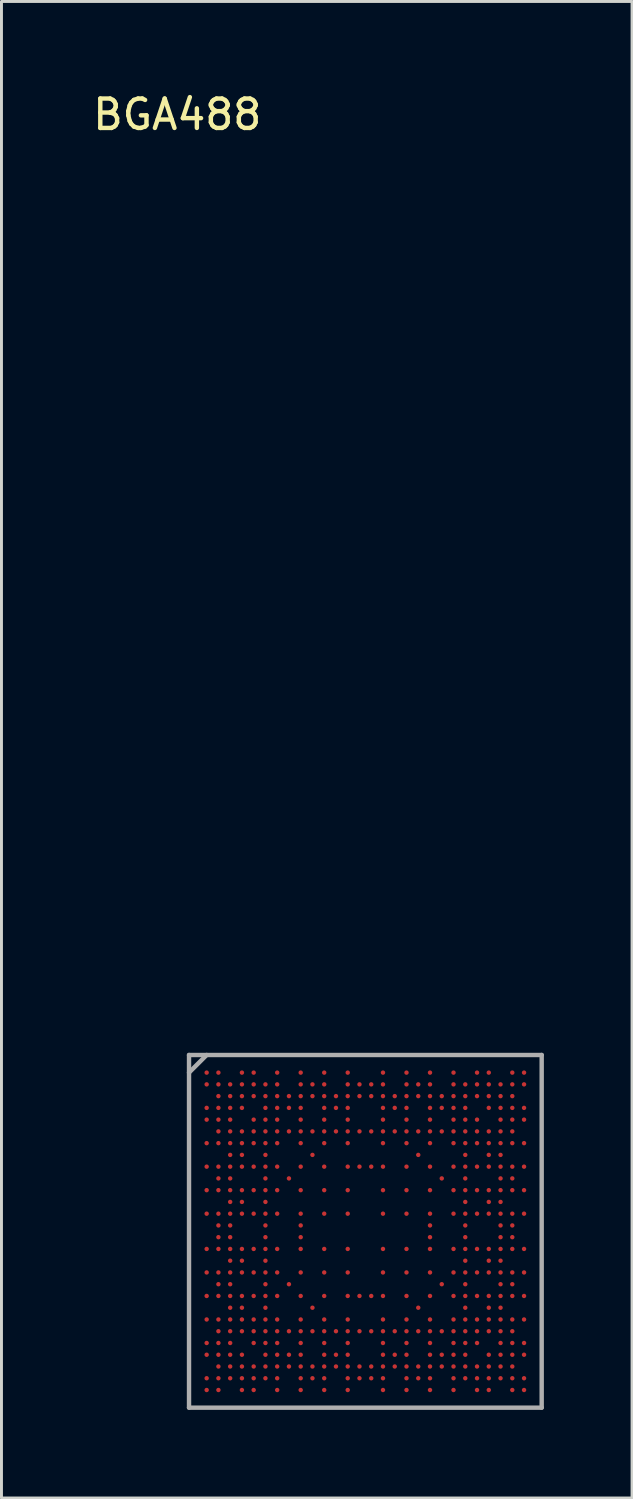
<source format=kicad_pcb>
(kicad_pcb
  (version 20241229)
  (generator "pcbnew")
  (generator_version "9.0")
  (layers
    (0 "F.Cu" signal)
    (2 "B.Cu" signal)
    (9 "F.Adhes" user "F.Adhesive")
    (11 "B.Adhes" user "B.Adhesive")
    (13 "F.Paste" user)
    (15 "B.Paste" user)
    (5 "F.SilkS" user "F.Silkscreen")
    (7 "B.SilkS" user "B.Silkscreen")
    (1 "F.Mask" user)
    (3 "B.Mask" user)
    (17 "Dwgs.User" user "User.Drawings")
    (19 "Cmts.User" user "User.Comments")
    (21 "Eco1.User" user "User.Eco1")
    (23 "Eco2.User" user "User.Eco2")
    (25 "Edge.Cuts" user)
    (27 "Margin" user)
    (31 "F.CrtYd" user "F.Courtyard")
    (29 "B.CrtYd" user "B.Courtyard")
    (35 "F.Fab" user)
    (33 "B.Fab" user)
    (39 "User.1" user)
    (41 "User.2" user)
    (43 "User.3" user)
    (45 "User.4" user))
  (footprint "BGA488"
    (layer "F.Cu")
    (at 9.382 38.848)
    (property "Reference" "BGA488" (at -6.4 -38 0) (layer "F.SilkS") (effects (font (size 1 1) (thickness 0.15))))
    (attr through_hole)
    (fp_line (start -6 -6) (end 6 -6) (stroke (width 0.15) (type solid)) (layer "F.Fab"))
    (fp_line (start -6 -5.4) (end -5.4 -6) (stroke (width 0.15) (type solid)) (layer "F.Fab"))
    (fp_line (start -6 6) (end -6 -6) (stroke (width 0.15) (type solid)) (layer "F.Fab"))
    (fp_line (start 6 -6) (end 6 6) (stroke (width 0.15) (type solid)) (layer "F.Fab"))
    (fp_line (start 6 6) (end -6 6) (stroke (width 0.15) (type solid)) (layer "F.Fab"))
    (pad "A1" smd circle (at -5.4 -5.4) (size 0.15 0.15) (layers "F.Cu" "F.Mask" "F.Paste"))
    (pad "A2" smd circle (at -5 -5.4) (size 0.15 0.15) (layers "F.Cu" "F.Mask" "F.Paste"))
    (pad "A4" smd circle (at -4.2 -5.4) (size 0.15 0.15) (layers "F.Cu" "F.Mask" "F.Paste"))
    (pad "A5" smd circle (at -3.8 -5.4) (size 0.15 0.15) (layers "F.Cu" "F.Mask" "F.Paste"))
    (pad "A7" smd circle (at -3 -5.4) (size 0.15 0.15) (layers "F.Cu" "F.Mask" "F.Paste"))
    (pad "A9" smd circle (at -2.2 -5.4) (size 0.15 0.15) (layers "F.Cu" "F.Mask" "F.Paste"))
    (pad "A11" smd circle (at -1.4 -5.4) (size 0.15 0.15) (layers "F.Cu" "F.Mask" "F.Paste"))
    (pad "A13" smd circle (at -0.6 -5.4) (size 0.15 0.15) (layers "F.Cu" "F.Mask" "F.Paste"))
    (pad "A16" smd circle (at 0.6 -5.4) (size 0.15 0.15) (layers "F.Cu" "F.Mask" "F.Paste"))
    (pad "A18" smd circle (at 1.4 -5.4) (size 0.15 0.15) (layers "F.Cu" "F.Mask" "F.Paste"))
    (pad "A20" smd circle (at 2.2 -5.4) (size 0.15 0.15) (layers "F.Cu" "F.Mask" "F.Paste"))
    (pad "A22" smd circle (at 3 -5.4) (size 0.15 0.15) (layers "F.Cu" "F.Mask" "F.Paste"))
    (pad "A24" smd circle (at 3.8 -5.4) (size 0.15 0.15) (layers "F.Cu" "F.Mask" "F.Paste"))
    (pad "A25" smd circle (at 4.2 -5.4) (size 0.15 0.15) (layers "F.Cu" "F.Mask" "F.Paste"))
    (pad "A27" smd circle (at 5 -5.4) (size 0.15 0.15) (layers "F.Cu" "F.Mask" "F.Paste"))
    (pad "A28" smd circle (at 5.4 -5.4) (size 0.15 0.15) (layers "F.Cu" "F.Mask" "F.Paste"))
    (pad "AA3" smd circle (at -4.6 2.6) (size 0.15 0.15) (layers "F.Cu" "F.Mask" "F.Paste"))
    (pad "AA4" smd circle (at -4.2 2.6) (size 0.15 0.15) (layers "F.Cu" "F.Mask" "F.Paste"))
    (pad "AA6" smd circle (at -3.4 2.6) (size 0.15 0.15) (layers "F.Cu" "F.Mask" "F.Paste"))
    (pad "AA10" smd circle (at -1.8 2.6) (size 0.15 0.15) (layers "F.Cu" "F.Mask" "F.Paste"))
    (pad "AA19" smd circle (at 1.8 2.6) (size 0.15 0.15) (layers "F.Cu" "F.Mask" "F.Paste"))
    (pad "AA23" smd circle (at 3.4 2.6) (size 0.15 0.15) (layers "F.Cu" "F.Mask" "F.Paste"))
    (pad "AA25" smd circle (at 4.2 2.6) (size 0.15 0.15) (layers "F.Cu" "F.Mask" "F.Paste"))
    (pad "AA26" smd circle (at 4.6 2.6) (size 0.15 0.15) (layers "F.Cu" "F.Mask" "F.Paste"))
    (pad "AB1" smd circle (at -5.4 3) (size 0.15 0.15) (layers "F.Cu" "F.Mask" "F.Paste"))
    (pad "AB2" smd circle (at -5 3) (size 0.15 0.15) (layers "F.Cu" "F.Mask" "F.Paste"))
    (pad "AB3" smd circle (at -4.6 3) (size 0.15 0.15) (layers "F.Cu" "F.Mask" "F.Paste"))
    (pad "AB4" smd circle (at -4.2 3) (size 0.15 0.15) (layers "F.Cu" "F.Mask" "F.Paste"))
    (pad "AB5" smd circle (at -3.8 3) (size 0.15 0.15) (layers "F.Cu" "F.Mask" "F.Paste"))
    (pad "AB6" smd circle (at -3.4 3) (size 0.15 0.15) (layers "F.Cu" "F.Mask" "F.Paste"))
    (pad "AB7" smd circle (at -3 3) (size 0.15 0.15) (layers "F.Cu" "F.Mask" "F.Paste"))
    (pad "AB9" smd circle (at -2.2 3) (size 0.15 0.15) (layers "F.Cu" "F.Mask" "F.Paste"))
    (pad "AB11" smd circle (at -1.4 3) (size 0.15 0.15) (layers "F.Cu" "F.Mask" "F.Paste"))
    (pad "AB13" smd circle (at -0.6 3) (size 0.15 0.15) (layers "F.Cu" "F.Mask" "F.Paste"))
    (pad "AB16" smd circle (at 0.6 3) (size 0.15 0.15) (layers "F.Cu" "F.Mask" "F.Paste"))
    (pad "AB18" smd circle (at 1.4 3) (size 0.15 0.15) (layers "F.Cu" "F.Mask" "F.Paste"))
    (pad "AB20" smd circle (at 2.2 3) (size 0.15 0.15) (layers "F.Cu" "F.Mask" "F.Paste"))
    (pad "AB22" smd circle (at 3 3) (size 0.15 0.15) (layers "F.Cu" "F.Mask" "F.Paste"))
    (pad "AB23" smd circle (at 3.4 3) (size 0.15 0.15) (layers "F.Cu" "F.Mask" "F.Paste"))
    (pad "AB24" smd circle (at 3.8 3) (size 0.15 0.15) (layers "F.Cu" "F.Mask" "F.Paste"))
    (pad "AB25" smd circle (at 4.2 3) (size 0.15 0.15) (layers "F.Cu" "F.Mask" "F.Paste"))
    (pad "AB26" smd circle (at 4.6 3) (size 0.15 0.15) (layers "F.Cu" "F.Mask" "F.Paste"))
    (pad "AB27" smd circle (at 5 3) (size 0.15 0.15) (layers "F.Cu" "F.Mask" "F.Paste"))
    (pad "AB28" smd circle (at 5.4 3) (size 0.15 0.15) (layers "F.Cu" "F.Mask" "F.Paste"))
    (pad "AC2" smd circle (at -5 3.4) (size 0.15 0.15) (layers "F.Cu" "F.Mask" "F.Paste"))
    (pad "AC3" smd circle (at -4.6 3.4) (size 0.15 0.15) (layers "F.Cu" "F.Mask" "F.Paste"))
    (pad "AC4" smd circle (at -4.2 3.4) (size 0.15 0.15) (layers "F.Cu" "F.Mask" "F.Paste"))
    (pad "AC5" smd circle (at -3.8 3.4) (size 0.15 0.15) (layers "F.Cu" "F.Mask" "F.Paste"))
    (pad "AC6" smd circle (at -3.4 3.4) (size 0.15 0.15) (layers "F.Cu" "F.Mask" "F.Paste"))
    (pad "AC7" smd circle (at -3 3.4) (size 0.15 0.15) (layers "F.Cu" "F.Mask" "F.Paste"))
    (pad "AC8" smd circle (at -2.6 3.4) (size 0.15 0.15) (layers "F.Cu" "F.Mask" "F.Paste"))
    (pad "AC9" smd circle (at -2.2 3.4) (size 0.15 0.15) (layers "F.Cu" "F.Mask" "F.Paste"))
    (pad "AC10" smd circle (at -1.8 3.4) (size 0.15 0.15) (layers "F.Cu" "F.Mask" "F.Paste"))
    (pad "AC11" smd circle (at -1.4 3.4) (size 0.15 0.15) (layers "F.Cu" "F.Mask" "F.Paste"))
    (pad "AC12" smd circle (at -1 3.4) (size 0.15 0.15) (layers "F.Cu" "F.Mask" "F.Paste"))
    (pad "AC13" smd circle (at -0.6 3.4) (size 0.15 0.15) (layers "F.Cu" "F.Mask" "F.Paste"))
    (pad "AC14" smd circle (at -0.2 3.4) (size 0.15 0.15) (layers "F.Cu" "F.Mask" "F.Paste"))
    (pad "AC15" smd circle (at 0.2 3.4) (size 0.15 0.15) (layers "F.Cu" "F.Mask" "F.Paste"))
    (pad "AC16" smd circle (at 0.6 3.4) (size 0.15 0.15) (layers "F.Cu" "F.Mask" "F.Paste"))
    (pad "AC17" smd circle (at 1 3.4) (size 0.15 0.15) (layers "F.Cu" "F.Mask" "F.Paste"))
    (pad "AC18" smd circle (at 1.4 3.4) (size 0.15 0.15) (layers "F.Cu" "F.Mask" "F.Paste"))
    (pad "AC19" smd circle (at 1.8 3.4) (size 0.15 0.15) (layers "F.Cu" "F.Mask" "F.Paste"))
    (pad "AC20" smd circle (at 2.2 3.4) (size 0.15 0.15) (layers "F.Cu" "F.Mask" "F.Paste"))
    (pad "AC21" smd circle (at 2.6 3.4) (size 0.15 0.15) (layers "F.Cu" "F.Mask" "F.Paste"))
    (pad "AC22" smd circle (at 3 3.4) (size 0.15 0.15) (layers "F.Cu" "F.Mask" "F.Paste"))
    (pad "AC23" smd circle (at 3.4 3.4) (size 0.15 0.15) (layers "F.Cu" "F.Mask" "F.Paste"))
    (pad "AC24" smd circle (at 3.8 3.4) (size 0.15 0.15) (layers "F.Cu" "F.Mask" "F.Paste"))
    (pad "AC25" smd circle (at 4.2 3.4) (size 0.15 0.15) (layers "F.Cu" "F.Mask" "F.Paste"))
    (pad "AC26" smd circle (at 4.6 3.4) (size 0.15 0.15) (layers "F.Cu" "F.Mask" "F.Paste"))
    (pad "AC27" smd circle (at 5 3.4) (size 0.15 0.15) (layers "F.Cu" "F.Mask" "F.Paste"))
    (pad "AD1" smd circle (at -5.4 3.8) (size 0.15 0.15) (layers "F.Cu" "F.Mask" "F.Paste"))
    (pad "AD2" smd circle (at -5 3.8) (size 0.15 0.15) (layers "F.Cu" "F.Mask" "F.Paste"))
    (pad "AD3" smd circle (at -4.6 3.8) (size 0.15 0.15) (layers "F.Cu" "F.Mask" "F.Paste"))
    (pad "AD5" smd circle (at -3.8 3.8) (size 0.15 0.15) (layers "F.Cu" "F.Mask" "F.Paste"))
    (pad "AD6" smd circle (at -3.4 3.8) (size 0.15 0.15) (layers "F.Cu" "F.Mask" "F.Paste"))
    (pad "AD7" smd circle (at -3 3.8) (size 0.15 0.15) (layers "F.Cu" "F.Mask" "F.Paste"))
    (pad "AD9" smd circle (at -2.2 3.8) (size 0.15 0.15) (layers "F.Cu" "F.Mask" "F.Paste"))
    (pad "AD11" smd circle (at -1.4 3.8) (size 0.15 0.15) (layers "F.Cu" "F.Mask" "F.Paste"))
    (pad "AD13" smd circle (at -0.6 3.8) (size 0.15 0.15) (layers "F.Cu" "F.Mask" "F.Paste"))
    (pad "AD16" smd circle (at 0.6 3.8) (size 0.15 0.15) (layers "F.Cu" "F.Mask" "F.Paste"))
    (pad "AD18" smd circle (at 1.4 3.8) (size 0.15 0.15) (layers "F.Cu" "F.Mask" "F.Paste"))
    (pad "AD20" smd circle (at 2.2 3.8) (size 0.15 0.15) (layers "F.Cu" "F.Mask" "F.Paste"))
    (pad "AD22" smd circle (at 3 3.8) (size 0.15 0.15) (layers "F.Cu" "F.Mask" "F.Paste"))
    (pad "AD23" smd circle (at 3.4 3.8) (size 0.15 0.15) (layers "F.Cu" "F.Mask" "F.Paste"))
    (pad "AD24" smd circle (at 3.8 3.8) (size 0.15 0.15) (layers "F.Cu" "F.Mask" "F.Paste"))
    (pad "AD26" smd circle (at 4.6 3.8) (size 0.15 0.15) (layers "F.Cu" "F.Mask" "F.Paste"))
    (pad "AD27" smd circle (at 5 3.8) (size 0.15 0.15) (layers "F.Cu" "F.Mask" "F.Paste"))
    (pad "AD28" smd circle (at 5.4 3.8) (size 0.15 0.15) (layers "F.Cu" "F.Mask" "F.Paste"))
    (pad "AE1" smd circle (at -5.4 4.2) (size 0.15 0.15) (layers "F.Cu" "F.Mask" "F.Paste"))
    (pad "AE2" smd circle (at -5 4.2) (size 0.15 0.15) (layers "F.Cu" "F.Mask" "F.Paste"))
    (pad "AE3" smd circle (at -4.6 4.2) (size 0.15 0.15) (layers "F.Cu" "F.Mask" "F.Paste"))
    (pad "AE4" smd circle (at -4.2 4.2) (size 0.15 0.15) (layers "F.Cu" "F.Mask" "F.Paste"))
    (pad "AE6" smd circle (at -3.4 4.2) (size 0.15 0.15) (layers "F.Cu" "F.Mask" "F.Paste"))
    (pad "AE7" smd circle (at -3 4.2) (size 0.15 0.15) (layers "F.Cu" "F.Mask" "F.Paste"))
    (pad "AE8" smd circle (at -2.6 4.2) (size 0.15 0.15) (layers "F.Cu" "F.Mask" "F.Paste"))
    (pad "AE9" smd circle (at -2.2 4.2) (size 0.15 0.15) (layers "F.Cu" "F.Mask" "F.Paste"))
    (pad "AE11" smd circle (at -1.4 4.2) (size 0.15 0.15) (layers "F.Cu" "F.Mask" "F.Paste"))
    (pad "AE12" smd circle (at -1 4.2) (size 0.15 0.15) (layers "F.Cu" "F.Mask" "F.Paste"))
    (pad "AE13" smd circle (at -0.6 4.2) (size 0.15 0.15) (layers "F.Cu" "F.Mask" "F.Paste"))
    (pad "AE16" smd circle (at 0.6 4.2) (size 0.15 0.15) (layers "F.Cu" "F.Mask" "F.Paste"))
    (pad "AE17" smd circle (at 1 4.2) (size 0.15 0.15) (layers "F.Cu" "F.Mask" "F.Paste"))
    (pad "AE18" smd circle (at 1.4 4.2) (size 0.15 0.15) (layers "F.Cu" "F.Mask" "F.Paste"))
    (pad "AE20" smd circle (at 2.2 4.2) (size 0.15 0.15) (layers "F.Cu" "F.Mask" "F.Paste"))
    (pad "AE21" smd circle (at 2.6 4.2) (size 0.15 0.15) (layers "F.Cu" "F.Mask" "F.Paste"))
    (pad "AE22" smd circle (at 3 4.2) (size 0.15 0.15) (layers "F.Cu" "F.Mask" "F.Paste"))
    (pad "AE23" smd circle (at 3.4 4.2) (size 0.15 0.15) (layers "F.Cu" "F.Mask" "F.Paste"))
    (pad "AE25" smd circle (at 4.2 4.2) (size 0.15 0.15) (layers "F.Cu" "F.Mask" "F.Paste"))
    (pad "AE26" smd circle (at 4.6 4.2) (size 0.15 0.15) (layers "F.Cu" "F.Mask" "F.Paste"))
    (pad "AE27" smd circle (at 5 4.2) (size 0.15 0.15) (layers "F.Cu" "F.Mask" "F.Paste"))
    (pad "AE28" smd circle (at 5.4 4.2) (size 0.15 0.15) (layers "F.Cu" "F.Mask" "F.Paste"))
    (pad "AF2" smd circle (at -5 4.6) (size 0.15 0.15) (layers "F.Cu" "F.Mask" "F.Paste"))
    (pad "AF3" smd circle (at -4.6 4.6) (size 0.15 0.15) (layers "F.Cu" "F.Mask" "F.Paste"))
    (pad "AF4" smd circle (at -4.2 4.6) (size 0.15 0.15) (layers "F.Cu" "F.Mask" "F.Paste"))
    (pad "AF5" smd circle (at -3.8 4.6) (size 0.15 0.15) (layers "F.Cu" "F.Mask" "F.Paste"))
    (pad "AF6" smd circle (at -3.4 4.6) (size 0.15 0.15) (layers "F.Cu" "F.Mask" "F.Paste"))
    (pad "AF7" smd circle (at -3 4.6) (size 0.15 0.15) (layers "F.Cu" "F.Mask" "F.Paste"))
    (pad "AF8" smd circle (at -2.6 4.6) (size 0.15 0.15) (layers "F.Cu" "F.Mask" "F.Paste"))
    (pad "AF9" smd circle (at -2.2 4.6) (size 0.15 0.15) (layers "F.Cu" "F.Mask" "F.Paste"))
    (pad "AF10" smd circle (at -1.8 4.6) (size 0.15 0.15) (layers "F.Cu" "F.Mask" "F.Paste"))
    (pad "AF11" smd circle (at -1.4 4.6) (size 0.15 0.15) (layers "F.Cu" "F.Mask" "F.Paste"))
    (pad "AF12" smd circle (at -1 4.6) (size 0.15 0.15) (layers "F.Cu" "F.Mask" "F.Paste"))
    (pad "AF13" smd circle (at -0.6 4.6) (size 0.15 0.15) (layers "F.Cu" "F.Mask" "F.Paste"))
    (pad "AF14" smd circle (at -0.2 4.6) (size 0.15 0.15) (layers "F.Cu" "F.Mask" "F.Paste"))
    (pad "AF15" smd circle (at 0.2 4.6) (size 0.15 0.15) (layers "F.Cu" "F.Mask" "F.Paste"))
    (pad "AF16" smd circle (at 0.6 4.6) (size 0.15 0.15) (layers "F.Cu" "F.Mask" "F.Paste"))
    (pad "AF17" smd circle (at 1 4.6) (size 0.15 0.15) (layers "F.Cu" "F.Mask" "F.Paste"))
    (pad "AF18" smd circle (at 1.4 4.6) (size 0.15 0.15) (layers "F.Cu" "F.Mask" "F.Paste"))
    (pad "AF19" smd circle (at 1.8 4.6) (size 0.15 0.15) (layers "F.Cu" "F.Mask" "F.Paste"))
    (pad "AF20" smd circle (at 2.2 4.6) (size 0.15 0.15) (layers "F.Cu" "F.Mask" "F.Paste"))
    (pad "AF21" smd circle (at 2.6 4.6) (size 0.15 0.15) (layers "F.Cu" "F.Mask" "F.Paste"))
    (pad "AF22" smd circle (at 3 4.6) (size 0.15 0.15) (layers "F.Cu" "F.Mask" "F.Paste"))
    (pad "AF23" smd circle (at 3.4 4.6) (size 0.15 0.15) (layers "F.Cu" "F.Mask" "F.Paste"))
    (pad "AF24" smd circle (at 3.8 4.6) (size 0.15 0.15) (layers "F.Cu" "F.Mask" "F.Paste"))
    (pad "AF25" smd circle (at 4.2 4.6) (size 0.15 0.15) (layers "F.Cu" "F.Mask" "F.Paste"))
    (pad "AF26" smd circle (at 4.6 4.6) (size 0.15 0.15) (layers "F.Cu" "F.Mask" "F.Paste"))
    (pad "AF27" smd circle (at 5 4.6) (size 0.15 0.15) (layers "F.Cu" "F.Mask" "F.Paste"))
    (pad "AG1" smd circle (at -5.4 5) (size 0.15 0.15) (layers "F.Cu" "F.Mask" "F.Paste"))
    (pad "AG2" smd circle (at -5 5) (size 0.15 0.15) (layers "F.Cu" "F.Mask" "F.Paste"))
    (pad "AG3" smd circle (at -4.6 5) (size 0.15 0.15) (layers "F.Cu" "F.Mask" "F.Paste"))
    (pad "AG4" smd circle (at -4.2 5) (size 0.15 0.15) (layers "F.Cu" "F.Mask" "F.Paste"))
    (pad "AG5" smd circle (at -3.8 5) (size 0.15 0.15) (layers "F.Cu" "F.Mask" "F.Paste"))
    (pad "AG6" smd circle (at -3.4 5) (size 0.15 0.15) (layers "F.Cu" "F.Mask" "F.Paste"))
    (pad "AG7" smd circle (at -3 5) (size 0.15 0.15) (layers "F.Cu" "F.Mask" "F.Paste"))
    (pad "AG9" smd circle (at -2.2 5) (size 0.15 0.15) (layers "F.Cu" "F.Mask" "F.Paste"))
    (pad "AG10" smd circle (at -1.8 5) (size 0.15 0.15) (layers "F.Cu" "F.Mask" "F.Paste"))
    (pad "AG11" smd circle (at -1.4 5) (size 0.15 0.15) (layers "F.Cu" "F.Mask" "F.Paste"))
    (pad "AG13" smd circle (at -0.6 5) (size 0.15 0.15) (layers "F.Cu" "F.Mask" "F.Paste"))
    (pad "AG14" smd circle (at -0.2 5) (size 0.15 0.15) (layers "F.Cu" "F.Mask" "F.Paste"))
    (pad "AG15" smd circle (at 0.2 5) (size 0.15 0.15) (layers "F.Cu" "F.Mask" "F.Paste"))
    (pad "AG16" smd circle (at 0.6 5) (size 0.15 0.15) (layers "F.Cu" "F.Mask" "F.Paste"))
    (pad "AG18" smd circle (at 1.4 5) (size 0.15 0.15) (layers "F.Cu" "F.Mask" "F.Paste"))
    (pad "AG19" smd circle (at 1.8 5) (size 0.15 0.15) (layers "F.Cu" "F.Mask" "F.Paste"))
    (pad "AG20" smd circle (at 2.2 5) (size 0.15 0.15) (layers "F.Cu" "F.Mask" "F.Paste"))
    (pad "AG22" smd circle (at 3 5) (size 0.15 0.15) (layers "F.Cu" "F.Mask" "F.Paste"))
    (pad "AG23" smd circle (at 3.4 5) (size 0.15 0.15) (layers "F.Cu" "F.Mask" "F.Paste"))
    (pad "AG24" smd circle (at 3.8 5) (size 0.15 0.15) (layers "F.Cu" "F.Mask" "F.Paste"))
    (pad "AG25" smd circle (at 4.2 5) (size 0.15 0.15) (layers "F.Cu" "F.Mask" "F.Paste"))
    (pad "AG26" smd circle (at 4.6 5) (size 0.15 0.15) (layers "F.Cu" "F.Mask" "F.Paste"))
    (pad "AG27" smd circle (at 5 5) (size 0.15 0.15) (layers "F.Cu" "F.Mask" "F.Paste"))
    (pad "AG28" smd circle (at 5.4 5) (size 0.15 0.15) (layers "F.Cu" "F.Mask" "F.Paste"))
    (pad "AH1" smd circle (at -5.4 5.4) (size 0.15 0.15) (layers "F.Cu" "F.Mask" "F.Paste"))
    (pad "AH2" smd circle (at -5 5.4) (size 0.15 0.15) (layers "F.Cu" "F.Mask" "F.Paste"))
    (pad "AH4" smd circle (at -4.2 5.4) (size 0.15 0.15) (layers "F.Cu" "F.Mask" "F.Paste"))
    (pad "AH5" smd circle (at -3.8 5.4) (size 0.15 0.15) (layers "F.Cu" "F.Mask" "F.Paste"))
    (pad "AH7" smd circle (at -3 5.4) (size 0.15 0.15) (layers "F.Cu" "F.Mask" "F.Paste"))
    (pad "AH9" smd circle (at -2.2 5.4) (size 0.15 0.15) (layers "F.Cu" "F.Mask" "F.Paste"))
    (pad "AH11" smd circle (at -1.4 5.4) (size 0.15 0.15) (layers "F.Cu" "F.Mask" "F.Paste"))
    (pad "AH13" smd circle (at -0.6 5.4) (size 0.15 0.15) (layers "F.Cu" "F.Mask" "F.Paste"))
    (pad "AH16" smd circle (at 0.6 5.4) (size 0.15 0.15) (layers "F.Cu" "F.Mask" "F.Paste"))
    (pad "AH18" smd circle (at 1.4 5.4) (size 0.15 0.15) (layers "F.Cu" "F.Mask" "F.Paste"))
    (pad "AH20" smd circle (at 2.2 5.4) (size 0.15 0.15) (layers "F.Cu" "F.Mask" "F.Paste"))
    (pad "AH22" smd circle (at 3 5.4) (size 0.15 0.15) (layers "F.Cu" "F.Mask" "F.Paste"))
    (pad "AH24" smd circle (at 3.8 5.4) (size 0.15 0.15) (layers "F.Cu" "F.Mask" "F.Paste"))
    (pad "AH25" smd circle (at 4.2 5.4) (size 0.15 0.15) (layers "F.Cu" "F.Mask" "F.Paste"))
    (pad "AH27" smd circle (at 5 5.4) (size 0.15 0.15) (layers "F.Cu" "F.Mask" "F.Paste"))
    (pad "AH28" smd circle (at 5.4 5.4) (size 0.15 0.15) (layers "F.Cu" "F.Mask" "F.Paste"))
    (pad "B1" smd circle (at -5.4 -5) (size 0.15 0.15) (layers "F.Cu" "F.Mask" "F.Paste"))
    (pad "B2" smd circle (at -5 -5) (size 0.15 0.15) (layers "F.Cu" "F.Mask" "F.Paste"))
    (pad "B3" smd circle (at -4.6 -5) (size 0.15 0.15) (layers "F.Cu" "F.Mask" "F.Paste"))
    (pad "B4" smd circle (at -4.2 -5) (size 0.15 0.15) (layers "F.Cu" "F.Mask" "F.Paste"))
    (pad "B5" smd circle (at -3.8 -5) (size 0.15 0.15) (layers "F.Cu" "F.Mask" "F.Paste"))
    (pad "B6" smd circle (at -3.4 -5) (size 0.15 0.15) (layers "F.Cu" "F.Mask" "F.Paste"))
    (pad "B7" smd circle (at -3 -5) (size 0.15 0.15) (layers "F.Cu" "F.Mask" "F.Paste"))
    (pad "B9" smd circle (at -2.2 -5) (size 0.15 0.15) (layers "F.Cu" "F.Mask" "F.Paste"))
    (pad "B10" smd circle (at -1.8 -5) (size 0.15 0.15) (layers "F.Cu" "F.Mask" "F.Paste"))
    (pad "B11" smd circle (at -1.4 -5) (size 0.15 0.15) (layers "F.Cu" "F.Mask" "F.Paste"))
    (pad "B13" smd circle (at -0.6 -5) (size 0.15 0.15) (layers "F.Cu" "F.Mask" "F.Paste"))
    (pad "B14" smd circle (at -0.2 -5) (size 0.15 0.15) (layers "F.Cu" "F.Mask" "F.Paste"))
    (pad "B15" smd circle (at 0.2 -5) (size 0.15 0.15) (layers "F.Cu" "F.Mask" "F.Paste"))
    (pad "B16" smd circle (at 0.6 -5) (size 0.15 0.15) (layers "F.Cu" "F.Mask" "F.Paste"))
    (pad "B18" smd circle (at 1.4 -5) (size 0.15 0.15) (layers "F.Cu" "F.Mask" "F.Paste"))
    (pad "B19" smd circle (at 1.8 -5) (size 0.15 0.15) (layers "F.Cu" "F.Mask" "F.Paste"))
    (pad "B20" smd circle (at 2.2 -5) (size 0.15 0.15) (layers "F.Cu" "F.Mask" "F.Paste"))
    (pad "B22" smd circle (at 3 -5) (size 0.15 0.15) (layers "F.Cu" "F.Mask" "F.Paste"))
    (pad "B23" smd circle (at 3.4 -5) (size 0.15 0.15) (layers "F.Cu" "F.Mask" "F.Paste"))
    (pad "B24" smd circle (at 3.8 -5) (size 0.15 0.15) (layers "F.Cu" "F.Mask" "F.Paste"))
    (pad "B25" smd circle (at 4.2 -5) (size 0.15 0.15) (layers "F.Cu" "F.Mask" "F.Paste"))
    (pad "B26" smd circle (at 4.6 -5) (size 0.15 0.15) (layers "F.Cu" "F.Mask" "F.Paste"))
    (pad "B27" smd circle (at 5 -5) (size 0.15 0.15) (layers "F.Cu" "F.Mask" "F.Paste"))
    (pad "B28" smd circle (at 5.4 -5) (size 0.15 0.15) (layers "F.Cu" "F.Mask" "F.Paste"))
    (pad "C2" smd circle (at -5 -4.6) (size 0.15 0.15) (layers "F.Cu" "F.Mask" "F.Paste"))
    (pad "C3" smd circle (at -4.6 -4.6) (size 0.15 0.15) (layers "F.Cu" "F.Mask" "F.Paste"))
    (pad "C4" smd circle (at -4.2 -4.6) (size 0.15 0.15) (layers "F.Cu" "F.Mask" "F.Paste"))
    (pad "C5" smd circle (at -3.8 -4.6) (size 0.15 0.15) (layers "F.Cu" "F.Mask" "F.Paste"))
    (pad "C6" smd circle (at -3.4 -4.6) (size 0.15 0.15) (layers "F.Cu" "F.Mask" "F.Paste"))
    (pad "C7" smd circle (at -3 -4.6) (size 0.15 0.15) (layers "F.Cu" "F.Mask" "F.Paste"))
    (pad "C8" smd circle (at -2.6 -4.6) (size 0.15 0.15) (layers "F.Cu" "F.Mask" "F.Paste"))
    (pad "C9" smd circle (at -2.2 -4.6) (size 0.15 0.15) (layers "F.Cu" "F.Mask" "F.Paste"))
    (pad "C10" smd circle (at -1.8 -4.6) (size 0.15 0.15) (layers "F.Cu" "F.Mask" "F.Paste"))
    (pad "C11" smd circle (at -1.4 -4.6) (size 0.15 0.15) (layers "F.Cu" "F.Mask" "F.Paste"))
    (pad "C12" smd circle (at -1 -4.6) (size 0.15 0.15) (layers "F.Cu" "F.Mask" "F.Paste"))
    (pad "C13" smd circle (at -0.6 -4.6) (size 0.15 0.15) (layers "F.Cu" "F.Mask" "F.Paste"))
    (pad "C14" smd circle (at -0.2 -4.6) (size 0.15 0.15) (layers "F.Cu" "F.Mask" "F.Paste"))
    (pad "C15" smd circle (at 0.2 -4.6) (size 0.15 0.15) (layers "F.Cu" "F.Mask" "F.Paste"))
    (pad "C16" smd circle (at 0.6 -4.6) (size 0.15 0.15) (layers "F.Cu" "F.Mask" "F.Paste"))
    (pad "C17" smd circle (at 1 -4.6) (size 0.15 0.15) (layers "F.Cu" "F.Mask" "F.Paste"))
    (pad "C18" smd circle (at 1.4 -4.6) (size 0.15 0.15) (layers "F.Cu" "F.Mask" "F.Paste"))
    (pad "C19" smd circle (at 1.8 -4.6) (size 0.15 0.15) (layers "F.Cu" "F.Mask" "F.Paste"))
    (pad "C20" smd circle (at 2.2 -4.6) (size 0.15 0.15) (layers "F.Cu" "F.Mask" "F.Paste"))
    (pad "C21" smd circle (at 2.6 -4.6) (size 0.15 0.15) (layers "F.Cu" "F.Mask" "F.Paste"))
    (pad "C22" smd circle (at 3 -4.6) (size 0.15 0.15) (layers "F.Cu" "F.Mask" "F.Paste"))
    (pad "C23" smd circle (at 3.4 -4.6) (size 0.15 0.15) (layers "F.Cu" "F.Mask" "F.Paste"))
    (pad "C24" smd circle (at 3.8 -4.6) (size 0.15 0.15) (layers "F.Cu" "F.Mask" "F.Paste"))
    (pad "C25" smd circle (at 4.2 -4.6) (size 0.15 0.15) (layers "F.Cu" "F.Mask" "F.Paste"))
    (pad "C26" smd circle (at 4.6 -4.6) (size 0.15 0.15) (layers "F.Cu" "F.Mask" "F.Paste"))
    (pad "C27" smd circle (at 5 -4.6) (size 0.15 0.15) (layers "F.Cu" "F.Mask" "F.Paste"))
    (pad "D1" smd circle (at -5.4 -4.2) (size 0.15 0.15) (layers "F.Cu" "F.Mask" "F.Paste"))
    (pad "D2" smd circle (at -5 -4.2) (size 0.15 0.15) (layers "F.Cu" "F.Mask" "F.Paste"))
    (pad "D3" smd circle (at -4.6 -4.2) (size 0.15 0.15) (layers "F.Cu" "F.Mask" "F.Paste"))
    (pad "D4" smd circle (at -4.2 -4.2) (size 0.15 0.15) (layers "F.Cu" "F.Mask" "F.Paste"))
    (pad "D6" smd circle (at -3.4 -4.2) (size 0.15 0.15) (layers "F.Cu" "F.Mask" "F.Paste"))
    (pad "D7" smd circle (at -3 -4.2) (size 0.15 0.15) (layers "F.Cu" "F.Mask" "F.Paste"))
    (pad "D8" smd circle (at -2.6 -4.2) (size 0.15 0.15) (layers "F.Cu" "F.Mask" "F.Paste"))
    (pad "D9" smd circle (at -2.2 -4.2) (size 0.15 0.15) (layers "F.Cu" "F.Mask" "F.Paste"))
    (pad "D11" smd circle (at -1.4 -4.2) (size 0.15 0.15) (layers "F.Cu" "F.Mask" "F.Paste"))
    (pad "D12" smd circle (at -1 -4.2) (size 0.15 0.15) (layers "F.Cu" "F.Mask" "F.Paste"))
    (pad "D13" smd circle (at -0.6 -4.2) (size 0.15 0.15) (layers "F.Cu" "F.Mask" "F.Paste"))
    (pad "D16" smd circle (at 0.6 -4.2) (size 0.15 0.15) (layers "F.Cu" "F.Mask" "F.Paste"))
    (pad "D17" smd circle (at 1 -4.2) (size 0.15 0.15) (layers "F.Cu" "F.Mask" "F.Paste"))
    (pad "D18" smd circle (at 1.4 -4.2) (size 0.15 0.15) (layers "F.Cu" "F.Mask" "F.Paste"))
    (pad "D20" smd circle (at 2.2 -4.2) (size 0.15 0.15) (layers "F.Cu" "F.Mask" "F.Paste"))
    (pad "D21" smd circle (at 2.6 -4.2) (size 0.15 0.15) (layers "F.Cu" "F.Mask" "F.Paste"))
    (pad "D22" smd circle (at 3 -4.2) (size 0.15 0.15) (layers "F.Cu" "F.Mask" "F.Paste"))
    (pad "D23" smd circle (at 3.4 -4.2) (size 0.15 0.15) (layers "F.Cu" "F.Mask" "F.Paste"))
    (pad "D25" smd circle (at 4.2 -4.2) (size 0.15 0.15) (layers "F.Cu" "F.Mask" "F.Paste"))
    (pad "D26" smd circle (at 4.6 -4.2) (size 0.15 0.15) (layers "F.Cu" "F.Mask" "F.Paste"))
    (pad "D27" smd circle (at 5 -4.2) (size 0.15 0.15) (layers "F.Cu" "F.Mask" "F.Paste"))
    (pad "D28" smd circle (at 5.4 -4.2) (size 0.15 0.15) (layers "F.Cu" "F.Mask" "F.Paste"))
    (pad "E1" smd circle (at -5.4 -3.8) (size 0.15 0.15) (layers "F.Cu" "F.Mask" "F.Paste"))
    (pad "E2" smd circle (at -5 -3.8) (size 0.15 0.15) (layers "F.Cu" "F.Mask" "F.Paste"))
    (pad "E3" smd circle (at -4.6 -3.8) (size 0.15 0.15) (layers "F.Cu" "F.Mask" "F.Paste"))
    (pad "E5" smd circle (at -3.8 -3.8) (size 0.15 0.15) (layers "F.Cu" "F.Mask" "F.Paste"))
    (pad "E6" smd circle (at -3.4 -3.8) (size 0.15 0.15) (layers "F.Cu" "F.Mask" "F.Paste"))
    (pad "E7" smd circle (at -3 -3.8) (size 0.15 0.15) (layers "F.Cu" "F.Mask" "F.Paste"))
    (pad "E9" smd circle (at -2.2 -3.8) (size 0.15 0.15) (layers "F.Cu" "F.Mask" "F.Paste"))
    (pad "E11" smd circle (at -1.4 -3.8) (size 0.15 0.15) (layers "F.Cu" "F.Mask" "F.Paste"))
    (pad "E13" smd circle (at -0.6 -3.8) (size 0.15 0.15) (layers "F.Cu" "F.Mask" "F.Paste"))
    (pad "E16" smd circle (at 0.6 -3.8) (size 0.15 0.15) (layers "F.Cu" "F.Mask" "F.Paste"))
    (pad "E18" smd circle (at 1.4 -3.8) (size 0.15 0.15) (layers "F.Cu" "F.Mask" "F.Paste"))
    (pad "E20" smd circle (at 2.2 -3.8) (size 0.15 0.15) (layers "F.Cu" "F.Mask" "F.Paste"))
    (pad "E22" smd circle (at 3 -3.8) (size 0.15 0.15) (layers "F.Cu" "F.Mask" "F.Paste"))
    (pad "E23" smd circle (at 3.4 -3.8) (size 0.15 0.15) (layers "F.Cu" "F.Mask" "F.Paste"))
    (pad "E24" smd circle (at 3.8 -3.8) (size 0.15 0.15) (layers "F.Cu" "F.Mask" "F.Paste"))
    (pad "E26" smd circle (at 4.6 -3.8) (size 0.15 0.15) (layers "F.Cu" "F.Mask" "F.Paste"))
    (pad "E27" smd circle (at 5 -3.8) (size 0.15 0.15) (layers "F.Cu" "F.Mask" "F.Paste"))
    (pad "E28" smd circle (at 5.4 -3.8) (size 0.15 0.15) (layers "F.Cu" "F.Mask" "F.Paste"))
    (pad "F2" smd circle (at -5 -3.4) (size 0.15 0.15) (layers "F.Cu" "F.Mask" "F.Paste"))
    (pad "F3" smd circle (at -4.6 -3.4) (size 0.15 0.15) (layers "F.Cu" "F.Mask" "F.Paste"))
    (pad "F4" smd circle (at -4.2 -3.4) (size 0.15 0.15) (layers "F.Cu" "F.Mask" "F.Paste"))
    (pad "F5" smd circle (at -3.8 -3.4) (size 0.15 0.15) (layers "F.Cu" "F.Mask" "F.Paste"))
    (pad "F6" smd circle (at -3.4 -3.4) (size 0.15 0.15) (layers "F.Cu" "F.Mask" "F.Paste"))
    (pad "F7" smd circle (at -3 -3.4) (size 0.15 0.15) (layers "F.Cu" "F.Mask" "F.Paste"))
    (pad "F8" smd circle (at -2.6 -3.4) (size 0.15 0.15) (layers "F.Cu" "F.Mask" "F.Paste"))
    (pad "F9" smd circle (at -2.2 -3.4) (size 0.15 0.15) (layers "F.Cu" "F.Mask" "F.Paste"))
    (pad "F10" smd circle (at -1.8 -3.4) (size 0.15 0.15) (layers "F.Cu" "F.Mask" "F.Paste"))
    (pad "F11" smd circle (at -1.4 -3.4) (size 0.15 0.15) (layers "F.Cu" "F.Mask" "F.Paste"))
    (pad "F12" smd circle (at -1 -3.4) (size 0.15 0.15) (layers "F.Cu" "F.Mask" "F.Paste"))
    (pad "F13" smd circle (at -0.6 -3.4) (size 0.15 0.15) (layers "F.Cu" "F.Mask" "F.Paste"))
    (pad "F14" smd circle (at -0.2 -3.4) (size 0.15 0.15) (layers "F.Cu" "F.Mask" "F.Paste"))
    (pad "F15" smd circle (at 0.2 -3.4) (size 0.15 0.15) (layers "F.Cu" "F.Mask" "F.Paste"))
    (pad "F16" smd circle (at 0.6 -3.4) (size 0.15 0.15) (layers "F.Cu" "F.Mask" "F.Paste"))
    (pad "F17" smd circle (at 1 -3.4) (size 0.15 0.15) (layers "F.Cu" "F.Mask" "F.Paste"))
    (pad "F18" smd circle (at 1.4 -3.4) (size 0.15 0.15) (layers "F.Cu" "F.Mask" "F.Paste"))
    (pad "F19" smd circle (at 1.8 -3.4) (size 0.15 0.15) (layers "F.Cu" "F.Mask" "F.Paste"))
    (pad "F20" smd circle (at 2.2 -3.4) (size 0.15 0.15) (layers "F.Cu" "F.Mask" "F.Paste"))
    (pad "F21" smd circle (at 2.6 -3.4) (size 0.15 0.15) (layers "F.Cu" "F.Mask" "F.Paste"))
    (pad "F22" smd circle (at 3 -3.4) (size 0.15 0.15) (layers "F.Cu" "F.Mask" "F.Paste"))
    (pad "F23" smd circle (at 3.4 -3.4) (size 0.15 0.15) (layers "F.Cu" "F.Mask" "F.Paste"))
    (pad "F24" smd circle (at 3.8 -3.4) (size 0.15 0.15) (layers "F.Cu" "F.Mask" "F.Paste"))
    (pad "F25" smd circle (at 4.2 -3.4) (size 0.15 0.15) (layers "F.Cu" "F.Mask" "F.Paste"))
    (pad "F26" smd circle (at 4.6 -3.4) (size 0.15 0.15) (layers "F.Cu" "F.Mask" "F.Paste"))
    (pad "F27" smd circle (at 5 -3.4) (size 0.15 0.15) (layers "F.Cu" "F.Mask" "F.Paste"))
    (pad "G1" smd circle (at -5.4 -3) (size 0.15 0.15) (layers "F.Cu" "F.Mask" "F.Paste"))
    (pad "G2" smd circle (at -5 -3) (size 0.15 0.15) (layers "F.Cu" "F.Mask" "F.Paste"))
    (pad "G3" smd circle (at -4.6 -3) (size 0.15 0.15) (layers "F.Cu" "F.Mask" "F.Paste"))
    (pad "G4" smd circle (at -4.2 -3) (size 0.15 0.15) (layers "F.Cu" "F.Mask" "F.Paste"))
    (pad "G5" smd circle (at -3.8 -3) (size 0.15 0.15) (layers "F.Cu" "F.Mask" "F.Paste"))
    (pad "G6" smd circle (at -3.4 -3) (size 0.15 0.15) (layers "F.Cu" "F.Mask" "F.Paste"))
    (pad "G7" smd circle (at -3 -3) (size 0.15 0.15) (layers "F.Cu" "F.Mask" "F.Paste"))
    (pad "G9" smd circle (at -2.2 -3) (size 0.15 0.15) (layers "F.Cu" "F.Mask" "F.Paste"))
    (pad "G11" smd circle (at -1.4 -3) (size 0.15 0.15) (layers "F.Cu" "F.Mask" "F.Paste"))
    (pad "G13" smd circle (at -0.6 -3) (size 0.15 0.15) (layers "F.Cu" "F.Mask" "F.Paste"))
    (pad "G16" smd circle (at 0.6 -3) (size 0.15 0.15) (layers "F.Cu" "F.Mask" "F.Paste"))
    (pad "G18" smd circle (at 1.4 -3) (size 0.15 0.15) (layers "F.Cu" "F.Mask" "F.Paste"))
    (pad "G20" smd circle (at 2.2 -3) (size 0.15 0.15) (layers "F.Cu" "F.Mask" "F.Paste"))
    (pad "G22" smd circle (at 3 -3) (size 0.15 0.15) (layers "F.Cu" "F.Mask" "F.Paste"))
    (pad "G23" smd circle (at 3.4 -3) (size 0.15 0.15) (layers "F.Cu" "F.Mask" "F.Paste"))
    (pad "G24" smd circle (at 3.8 -3) (size 0.15 0.15) (layers "F.Cu" "F.Mask" "F.Paste"))
    (pad "G25" smd circle (at 4.2 -3) (size 0.15 0.15) (layers "F.Cu" "F.Mask" "F.Paste"))
    (pad "G26" smd circle (at 4.6 -3) (size 0.15 0.15) (layers "F.Cu" "F.Mask" "F.Paste"))
    (pad "G27" smd circle (at 5 -3) (size 0.15 0.15) (layers "F.Cu" "F.Mask" "F.Paste"))
    (pad "G28" smd circle (at 5.4 -3) (size 0.15 0.15) (layers "F.Cu" "F.Mask" "F.Paste"))
    (pad "H3" smd circle (at -4.6 -2.6) (size 0.15 0.15) (layers "F.Cu" "F.Mask" "F.Paste"))
    (pad "H4" smd circle (at -4.2 -2.6) (size 0.15 0.15) (layers "F.Cu" "F.Mask" "F.Paste"))
    (pad "H6" smd circle (at -3.4 -2.6) (size 0.15 0.15) (layers "F.Cu" "F.Mask" "F.Paste"))
    (pad "H10" smd circle (at -1.8 -2.6) (size 0.15 0.15) (layers "F.Cu" "F.Mask" "F.Paste"))
    (pad "H19" smd circle (at 1.8 -2.6) (size 0.15 0.15) (layers "F.Cu" "F.Mask" "F.Paste"))
    (pad "H23" smd circle (at 3.4 -2.6) (size 0.15 0.15) (layers "F.Cu" "F.Mask" "F.Paste"))
    (pad "H25" smd circle (at 4.2 -2.6) (size 0.15 0.15) (layers "F.Cu" "F.Mask" "F.Paste"))
    (pad "H26" smd circle (at 4.6 -2.6) (size 0.15 0.15) (layers "F.Cu" "F.Mask" "F.Paste"))
    (pad "J1" smd circle (at -5.4 -2.2) (size 0.15 0.15) (layers "F.Cu" "F.Mask" "F.Paste"))
    (pad "J2" smd circle (at -5 -2.2) (size 0.15 0.15) (layers "F.Cu" "F.Mask" "F.Paste"))
    (pad "J3" smd circle (at -4.6 -2.2) (size 0.15 0.15) (layers "F.Cu" "F.Mask" "F.Paste"))
    (pad "J4" smd circle (at -4.2 -2.2) (size 0.15 0.15) (layers "F.Cu" "F.Mask" "F.Paste"))
    (pad "J5" smd circle (at -3.8 -2.2) (size 0.15 0.15) (layers "F.Cu" "F.Mask" "F.Paste"))
    (pad "J6" smd circle (at -3.4 -2.2) (size 0.15 0.15) (layers "F.Cu" "F.Mask" "F.Paste"))
    (pad "J7" smd circle (at -3 -2.2) (size 0.15 0.15) (layers "F.Cu" "F.Mask" "F.Paste"))
    (pad "J9" smd circle (at -2.2 -2.2) (size 0.15 0.15) (layers "F.Cu" "F.Mask" "F.Paste"))
    (pad "J11" smd circle (at -1.4 -2.2) (size 0.15 0.15) (layers "F.Cu" "F.Mask" "F.Paste"))
    (pad "J13" smd circle (at -0.6 -2.2) (size 0.15 0.15) (layers "F.Cu" "F.Mask" "F.Paste"))
    (pad "J14" smd circle (at -0.2 -2.2) (size 0.15 0.15) (layers "F.Cu" "F.Mask" "F.Paste"))
    (pad "J15" smd circle (at 0.2 -2.2) (size 0.15 0.15) (layers "F.Cu" "F.Mask" "F.Paste"))
    (pad "J16" smd circle (at 0.6 -2.2) (size 0.15 0.15) (layers "F.Cu" "F.Mask" "F.Paste"))
    (pad "J18" smd circle (at 1.4 -2.2) (size 0.15 0.15) (layers "F.Cu" "F.Mask" "F.Paste"))
    (pad "J20" smd circle (at 2.2 -2.2) (size 0.15 0.15) (layers "F.Cu" "F.Mask" "F.Paste"))
    (pad "J22" smd circle (at 3 -2.2) (size 0.15 0.15) (layers "F.Cu" "F.Mask" "F.Paste"))
    (pad "J23" smd circle (at 3.4 -2.2) (size 0.15 0.15) (layers "F.Cu" "F.Mask" "F.Paste"))
    (pad "J24" smd circle (at 3.8 -2.2) (size 0.15 0.15) (layers "F.Cu" "F.Mask" "F.Paste"))
    (pad "J25" smd circle (at 4.2 -2.2) (size 0.15 0.15) (layers "F.Cu" "F.Mask" "F.Paste"))
    (pad "J26" smd circle (at 4.6 -2.2) (size 0.15 0.15) (layers "F.Cu" "F.Mask" "F.Paste"))
    (pad "J27" smd circle (at 5 -2.2) (size 0.15 0.15) (layers "F.Cu" "F.Mask" "F.Paste"))
    (pad "J28" smd circle (at 5.4 -2.2) (size 0.15 0.15) (layers "F.Cu" "F.Mask" "F.Paste"))
    (pad "K2" smd circle (at -5 -1.8) (size 0.15 0.15) (layers "F.Cu" "F.Mask" "F.Paste"))
    (pad "K3" smd circle (at -4.6 -1.8) (size 0.15 0.15) (layers "F.Cu" "F.Mask" "F.Paste"))
    (pad "K6" smd circle (at -3.4 -1.8) (size 0.15 0.15) (layers "F.Cu" "F.Mask" "F.Paste"))
    (pad "K8" smd circle (at -2.6 -1.8) (size 0.15 0.15) (layers "F.Cu" "F.Mask" "F.Paste"))
    (pad "K21" smd circle (at 2.6 -1.8) (size 0.15 0.15) (layers "F.Cu" "F.Mask" "F.Paste"))
    (pad "K23" smd circle (at 3.4 -1.8) (size 0.15 0.15) (layers "F.Cu" "F.Mask" "F.Paste"))
    (pad "K26" smd circle (at 4.6 -1.8) (size 0.15 0.15) (layers "F.Cu" "F.Mask" "F.Paste"))
    (pad "K27" smd circle (at 5 -1.8) (size 0.15 0.15) (layers "F.Cu" "F.Mask" "F.Paste"))
    (pad "L1" smd circle (at -5.4 -1.4) (size 0.15 0.15) (layers "F.Cu" "F.Mask" "F.Paste"))
    (pad "L2" smd circle (at -5 -1.4) (size 0.15 0.15) (layers "F.Cu" "F.Mask" "F.Paste"))
    (pad "L3" smd circle (at -4.6 -1.4) (size 0.15 0.15) (layers "F.Cu" "F.Mask" "F.Paste"))
    (pad "L4" smd circle (at -4.2 -1.4) (size 0.15 0.15) (layers "F.Cu" "F.Mask" "F.Paste"))
    (pad "L5" smd circle (at -3.8 -1.4) (size 0.15 0.15) (layers "F.Cu" "F.Mask" "F.Paste"))
    (pad "L6" smd circle (at -3.4 -1.4) (size 0.15 0.15) (layers "F.Cu" "F.Mask" "F.Paste"))
    (pad "L7" smd circle (at -3 -1.4) (size 0.15 0.15) (layers "F.Cu" "F.Mask" "F.Paste"))
    (pad "L9" smd circle (at -2.2 -1.4) (size 0.15 0.15) (layers "F.Cu" "F.Mask" "F.Paste"))
    (pad "L11" smd circle (at -1.4 -1.4) (size 0.15 0.15) (layers "F.Cu" "F.Mask" "F.Paste"))
    (pad "L13" smd circle (at -0.6 -1.4) (size 0.15 0.15) (layers "F.Cu" "F.Mask" "F.Paste"))
    (pad "L16" smd circle (at 0.6 -1.4) (size 0.15 0.15) (layers "F.Cu" "F.Mask" "F.Paste"))
    (pad "L18" smd circle (at 1.4 -1.4) (size 0.15 0.15) (layers "F.Cu" "F.Mask" "F.Paste"))
    (pad "L20" smd circle (at 2.2 -1.4) (size 0.15 0.15) (layers "F.Cu" "F.Mask" "F.Paste"))
    (pad "L22" smd circle (at 3 -1.4) (size 0.15 0.15) (layers "F.Cu" "F.Mask" "F.Paste"))
    (pad "L23" smd circle (at 3.4 -1.4) (size 0.15 0.15) (layers "F.Cu" "F.Mask" "F.Paste"))
    (pad "L24" smd circle (at 3.8 -1.4) (size 0.15 0.15) (layers "F.Cu" "F.Mask" "F.Paste"))
    (pad "L25" smd circle (at 4.2 -1.4) (size 0.15 0.15) (layers "F.Cu" "F.Mask" "F.Paste"))
    (pad "L26" smd circle (at 4.6 -1.4) (size 0.15 0.15) (layers "F.Cu" "F.Mask" "F.Paste"))
    (pad "L27" smd circle (at 5 -1.4) (size 0.15 0.15) (layers "F.Cu" "F.Mask" "F.Paste"))
    (pad "L28" smd circle (at 5.4 -1.4) (size 0.15 0.15) (layers "F.Cu" "F.Mask" "F.Paste"))
    (pad "M3" smd circle (at -4.6 -1) (size 0.15 0.15) (layers "F.Cu" "F.Mask" "F.Paste"))
    (pad "M4" smd circle (at -4.2 -1) (size 0.15 0.15) (layers "F.Cu" "F.Mask" "F.Paste"))
    (pad "M6" smd circle (at -3.4 -1) (size 0.15 0.15) (layers "F.Cu" "F.Mask" "F.Paste"))
    (pad "M23" smd circle (at 3.4 -1) (size 0.15 0.15) (layers "F.Cu" "F.Mask" "F.Paste"))
    (pad "M25" smd circle (at 4.2 -1) (size 0.15 0.15) (layers "F.Cu" "F.Mask" "F.Paste"))
    (pad "M26" smd circle (at 4.6 -1) (size 0.15 0.15) (layers "F.Cu" "F.Mask" "F.Paste"))
    (pad "N1" smd circle (at -5.4 -0.6) (size 0.15 0.15) (layers "F.Cu" "F.Mask" "F.Paste"))
    (pad "N2" smd circle (at -5 -0.6) (size 0.15 0.15) (layers "F.Cu" "F.Mask" "F.Paste"))
    (pad "N3" smd circle (at -4.6 -0.6) (size 0.15 0.15) (layers "F.Cu" "F.Mask" "F.Paste"))
    (pad "N4" smd circle (at -4.2 -0.6) (size 0.15 0.15) (layers "F.Cu" "F.Mask" "F.Paste"))
    (pad "N5" smd circle (at -3.8 -0.6) (size 0.15 0.15) (layers "F.Cu" "F.Mask" "F.Paste"))
    (pad "N6" smd circle (at -3.4 -0.6) (size 0.15 0.15) (layers "F.Cu" "F.Mask" "F.Paste"))
    (pad "N7" smd circle (at -3 -0.6) (size 0.15 0.15) (layers "F.Cu" "F.Mask" "F.Paste"))
    (pad "N9" smd circle (at -2.2 -0.6) (size 0.15 0.15) (layers "F.Cu" "F.Mask" "F.Paste"))
    (pad "N11" smd circle (at -1.4 -0.6) (size 0.15 0.15) (layers "F.Cu" "F.Mask" "F.Paste"))
    (pad "N13" smd circle (at -0.6 -0.6) (size 0.15 0.15) (layers "F.Cu" "F.Mask" "F.Paste"))
    (pad "N16" smd circle (at 0.6 -0.6) (size 0.15 0.15) (layers "F.Cu" "F.Mask" "F.Paste"))
    (pad "N18" smd circle (at 1.4 -0.6) (size 0.15 0.15) (layers "F.Cu" "F.Mask" "F.Paste"))
    (pad "N20" smd circle (at 2.2 -0.6) (size 0.15 0.15) (layers "F.Cu" "F.Mask" "F.Paste"))
    (pad "N22" smd circle (at 3 -0.6) (size 0.15 0.15) (layers "F.Cu" "F.Mask" "F.Paste"))
    (pad "N23" smd circle (at 3.4 -0.6) (size 0.15 0.15) (layers "F.Cu" "F.Mask" "F.Paste"))
    (pad "N24" smd circle (at 3.8 -0.6) (size 0.15 0.15) (layers "F.Cu" "F.Mask" "F.Paste"))
    (pad "N25" smd circle (at 4.2 -0.6) (size 0.15 0.15) (layers "F.Cu" "F.Mask" "F.Paste"))
    (pad "N26" smd circle (at 4.6 -0.6) (size 0.15 0.15) (layers "F.Cu" "F.Mask" "F.Paste"))
    (pad "N27" smd circle (at 5 -0.6) (size 0.15 0.15) (layers "F.Cu" "F.Mask" "F.Paste"))
    (pad "N28" smd circle (at 5.4 -0.6) (size 0.15 0.15) (layers "F.Cu" "F.Mask" "F.Paste"))
    (pad "P2" smd circle (at -5 -0.2) (size 0.15 0.15) (layers "F.Cu" "F.Mask" "F.Paste"))
    (pad "P3" smd circle (at -4.6 -0.2) (size 0.15 0.15) (layers "F.Cu" "F.Mask" "F.Paste"))
    (pad "P6" smd circle (at -3.4 -0.2) (size 0.15 0.15) (layers "F.Cu" "F.Mask" "F.Paste"))
    (pad "P9" smd circle (at -2.2 -0.2) (size 0.15 0.15) (layers "F.Cu" "F.Mask" "F.Paste"))
    (pad "P20" smd circle (at 2.2 -0.2) (size 0.15 0.15) (layers "F.Cu" "F.Mask" "F.Paste"))
    (pad "P23" smd circle (at 3.4 -0.2) (size 0.15 0.15) (layers "F.Cu" "F.Mask" "F.Paste"))
    (pad "P26" smd circle (at 4.6 -0.2) (size 0.15 0.15) (layers "F.Cu" "F.Mask" "F.Paste"))
    (pad "P27" smd circle (at 5 -0.2) (size 0.15 0.15) (layers "F.Cu" "F.Mask" "F.Paste"))
    (pad "R2" smd circle (at -5 0.2) (size 0.15 0.15) (layers "F.Cu" "F.Mask" "F.Paste"))
    (pad "R3" smd circle (at -4.6 0.2) (size 0.15 0.15) (layers "F.Cu" "F.Mask" "F.Paste"))
    (pad "R6" smd circle (at -3.4 0.2) (size 0.15 0.15) (layers "F.Cu" "F.Mask" "F.Paste"))
    (pad "R9" smd circle (at -2.2 0.2) (size 0.15 0.15) (layers "F.Cu" "F.Mask" "F.Paste"))
    (pad "R20" smd circle (at 2.2 0.2) (size 0.15 0.15) (layers "F.Cu" "F.Mask" "F.Paste"))
    (pad "R23" smd circle (at 3.4 0.2) (size 0.15 0.15) (layers "F.Cu" "F.Mask" "F.Paste"))
    (pad "R26" smd circle (at 4.6 0.2) (size 0.15 0.15) (layers "F.Cu" "F.Mask" "F.Paste"))
    (pad "R27" smd circle (at 5 0.2) (size 0.15 0.15) (layers "F.Cu" "F.Mask" "F.Paste"))
    (pad "T1" smd circle (at -5.4 0.6) (size 0.15 0.15) (layers "F.Cu" "F.Mask" "F.Paste"))
    (pad "T2" smd circle (at -5 0.6) (size 0.15 0.15) (layers "F.Cu" "F.Mask" "F.Paste"))
    (pad "T3" smd circle (at -4.6 0.6) (size 0.15 0.15) (layers "F.Cu" "F.Mask" "F.Paste"))
    (pad "T4" smd circle (at -4.2 0.6) (size 0.15 0.15) (layers "F.Cu" "F.Mask" "F.Paste"))
    (pad "T5" smd circle (at -3.8 0.6) (size 0.15 0.15) (layers "F.Cu" "F.Mask" "F.Paste"))
    (pad "T6" smd circle (at -3.4 0.6) (size 0.15 0.15) (layers "F.Cu" "F.Mask" "F.Paste"))
    (pad "T7" smd circle (at -3 0.6) (size 0.15 0.15) (layers "F.Cu" "F.Mask" "F.Paste"))
    (pad "T9" smd circle (at -2.2 0.6) (size 0.15 0.15) (layers "F.Cu" "F.Mask" "F.Paste"))
    (pad "T11" smd circle (at -1.4 0.6) (size 0.15 0.15) (layers "F.Cu" "F.Mask" "F.Paste"))
    (pad "T13" smd circle (at -0.6 0.6) (size 0.15 0.15) (layers "F.Cu" "F.Mask" "F.Paste"))
    (pad "T16" smd circle (at 0.6 0.6) (size 0.15 0.15) (layers "F.Cu" "F.Mask" "F.Paste"))
    (pad "T18" smd circle (at 1.4 0.6) (size 0.15 0.15) (layers "F.Cu" "F.Mask" "F.Paste"))
    (pad "T20" smd circle (at 2.2 0.6) (size 0.15 0.15) (layers "F.Cu" "F.Mask" "F.Paste"))
    (pad "T22" smd circle (at 3 0.6) (size 0.15 0.15) (layers "F.Cu" "F.Mask" "F.Paste"))
    (pad "T23" smd circle (at 3.4 0.6) (size 0.15 0.15) (layers "F.Cu" "F.Mask" "F.Paste"))
    (pad "T24" smd circle (at 3.8 0.6) (size 0.15 0.15) (layers "F.Cu" "F.Mask" "F.Paste"))
    (pad "T25" smd circle (at 4.2 0.6) (size 0.15 0.15) (layers "F.Cu" "F.Mask" "F.Paste"))
    (pad "T26" smd circle (at 4.6 0.6) (size 0.15 0.15) (layers "F.Cu" "F.Mask" "F.Paste"))
    (pad "T27" smd circle (at 5 0.6) (size 0.15 0.15) (layers "F.Cu" "F.Mask" "F.Paste"))
    (pad "T28" smd circle (at 5.4 0.6) (size 0.15 0.15) (layers "F.Cu" "F.Mask" "F.Paste"))
    (pad "U3" smd circle (at -4.6 1) (size 0.15 0.15) (layers "F.Cu" "F.Mask" "F.Paste"))
    (pad "U4" smd circle (at -4.2 1) (size 0.15 0.15) (layers "F.Cu" "F.Mask" "F.Paste"))
    (pad "U6" smd circle (at -3.4 1) (size 0.15 0.15) (layers "F.Cu" "F.Mask" "F.Paste"))
    (pad "U23" smd circle (at 3.4 1) (size 0.15 0.15) (layers "F.Cu" "F.Mask" "F.Paste"))
    (pad "U25" smd circle (at 4.2 1) (size 0.15 0.15) (layers "F.Cu" "F.Mask" "F.Paste"))
    (pad "U26" smd circle (at 4.6 1) (size 0.15 0.15) (layers "F.Cu" "F.Mask" "F.Paste"))
    (pad "V1" smd circle (at -5.4 1.4) (size 0.15 0.15) (layers "F.Cu" "F.Mask" "F.Paste"))
    (pad "V2" smd circle (at -5 1.4) (size 0.15 0.15) (layers "F.Cu" "F.Mask" "F.Paste"))
    (pad "V3" smd circle (at -4.6 1.4) (size 0.15 0.15) (layers "F.Cu" "F.Mask" "F.Paste"))
    (pad "V4" smd circle (at -4.2 1.4) (size 0.15 0.15) (layers "F.Cu" "F.Mask" "F.Paste"))
    (pad "V5" smd circle (at -3.8 1.4) (size 0.15 0.15) (layers "F.Cu" "F.Mask" "F.Paste"))
    (pad "V6" smd circle (at -3.4 1.4) (size 0.15 0.15) (layers "F.Cu" "F.Mask" "F.Paste"))
    (pad "V7" smd circle (at -3 1.4) (size 0.15 0.15) (layers "F.Cu" "F.Mask" "F.Paste"))
    (pad "V9" smd circle (at -2.2 1.4) (size 0.15 0.15) (layers "F.Cu" "F.Mask" "F.Paste"))
    (pad "V11" smd circle (at -1.4 1.4) (size 0.15 0.15) (layers "F.Cu" "F.Mask" "F.Paste"))
    (pad "V13" smd circle (at -0.6 1.4) (size 0.15 0.15) (layers "F.Cu" "F.Mask" "F.Paste"))
    (pad "V16" smd circle (at 0.6 1.4) (size 0.15 0.15) (layers "F.Cu" "F.Mask" "F.Paste"))
    (pad "V18" smd circle (at 1.4 1.4) (size 0.15 0.15) (layers "F.Cu" "F.Mask" "F.Paste"))
    (pad "V20" smd circle (at 2.2 1.4) (size 0.15 0.15) (layers "F.Cu" "F.Mask" "F.Paste"))
    (pad "V22" smd circle (at 3 1.4) (size 0.15 0.15) (layers "F.Cu" "F.Mask" "F.Paste"))
    (pad "V23" smd circle (at 3.4 1.4) (size 0.15 0.15) (layers "F.Cu" "F.Mask" "F.Paste"))
    (pad "V24" smd circle (at 3.8 1.4) (size 0.15 0.15) (layers "F.Cu" "F.Mask" "F.Paste"))
    (pad "V25" smd circle (at 4.2 1.4) (size 0.15 0.15) (layers "F.Cu" "F.Mask" "F.Paste"))
    (pad "V26" smd circle (at 4.6 1.4) (size 0.15 0.15) (layers "F.Cu" "F.Mask" "F.Paste"))
    (pad "V27" smd circle (at 5 1.4) (size 0.15 0.15) (layers "F.Cu" "F.Mask" "F.Paste"))
    (pad "V28" smd circle (at 5.4 1.4) (size 0.15 0.15) (layers "F.Cu" "F.Mask" "F.Paste"))
    (pad "W2" smd circle (at -5 1.8) (size 0.15 0.15) (layers "F.Cu" "F.Mask" "F.Paste"))
    (pad "W3" smd circle (at -4.6 1.8) (size 0.15 0.15) (layers "F.Cu" "F.Mask" "F.Paste"))
    (pad "W6" smd circle (at -3.4 1.8) (size 0.15 0.15) (layers "F.Cu" "F.Mask" "F.Paste"))
    (pad "W8" smd circle (at -2.6 1.8) (size 0.15 0.15) (layers "F.Cu" "F.Mask" "F.Paste"))
    (pad "W21" smd circle (at 2.6 1.8) (size 0.15 0.15) (layers "F.Cu" "F.Mask" "F.Paste"))
    (pad "W23" smd circle (at 3.4 1.8) (size 0.15 0.15) (layers "F.Cu" "F.Mask" "F.Paste"))
    (pad "W26" smd circle (at 4.6 1.8) (size 0.15 0.15) (layers "F.Cu" "F.Mask" "F.Paste"))
    (pad "W27" smd circle (at 5 1.8) (size 0.15 0.15) (layers "F.Cu" "F.Mask" "F.Paste"))
    (pad "Y1" smd circle (at -5.4 2.2) (size 0.15 0.15) (layers "F.Cu" "F.Mask" "F.Paste"))
    (pad "Y2" smd circle (at -5 2.2) (size 0.15 0.15) (layers "F.Cu" "F.Mask" "F.Paste"))
    (pad "Y3" smd circle (at -4.6 2.2) (size 0.15 0.15) (layers "F.Cu" "F.Mask" "F.Paste"))
    (pad "Y4" smd circle (at -4.2 2.2) (size 0.15 0.15) (layers "F.Cu" "F.Mask" "F.Paste"))
    (pad "Y5" smd circle (at -3.8 2.2) (size 0.15 0.15) (layers "F.Cu" "F.Mask" "F.Paste"))
    (pad "Y6" smd circle (at -3.4 2.2) (size 0.15 0.15) (layers "F.Cu" "F.Mask" "F.Paste"))
    (pad "Y7" smd circle (at -3 2.2) (size 0.15 0.15) (layers "F.Cu" "F.Mask" "F.Paste"))
    (pad "Y9" smd circle (at -2.2 2.2) (size 0.15 0.15) (layers "F.Cu" "F.Mask" "F.Paste"))
    (pad "Y11" smd circle (at -1.4 2.2) (size 0.15 0.15) (layers "F.Cu" "F.Mask" "F.Paste"))
    (pad "Y13" smd circle (at -0.6 2.2) (size 0.15 0.15) (layers "F.Cu" "F.Mask" "F.Paste"))
    (pad "Y14" smd circle (at -0.2 2.2) (size 0.15 0.15) (layers "F.Cu" "F.Mask" "F.Paste"))
    (pad "Y15" smd circle (at 0.2 2.2) (size 0.15 0.15) (layers "F.Cu" "F.Mask" "F.Paste"))
    (pad "Y16" smd circle (at 0.6 2.2) (size 0.15 0.15) (layers "F.Cu" "F.Mask" "F.Paste"))
    (pad "Y18" smd circle (at 1.4 2.2) (size 0.15 0.15) (layers "F.Cu" "F.Mask" "F.Paste"))
    (pad "Y20" smd circle (at 2.2 2.2) (size 0.15 0.15) (layers "F.Cu" "F.Mask" "F.Paste"))
    (pad "Y22" smd circle (at 3 2.2) (size 0.15 0.15) (layers "F.Cu" "F.Mask" "F.Paste"))
    (pad "Y23" smd circle (at 3.4 2.2) (size 0.15 0.15) (layers "F.Cu" "F.Mask" "F.Paste"))
    (pad "Y24" smd circle (at 3.8 2.2) (size 0.15 0.15) (layers "F.Cu" "F.Mask" "F.Paste"))
    (pad "Y25" smd circle (at 4.2 2.2) (size 0.15 0.15) (layers "F.Cu" "F.Mask" "F.Paste"))
    (pad "Y26" smd circle (at 4.6 2.2) (size 0.15 0.15) (layers "F.Cu" "F.Mask" "F.Paste"))
    (pad "Y27" smd circle (at 5 2.2) (size 0.15 0.15) (layers "F.Cu" "F.Mask" "F.Paste"))
    (pad "Y28" smd circle (at 5.4 2.2) (size 0.15 0.15) (layers "F.Cu" "F.Mask" "F.Paste")))
  (gr_rect
    (start -3 -3)
    (end 18.457 47.923)
    (stroke (width 0.1) (type default))
    (fill no)
    (layer "Edge.Cuts")))
</source>
